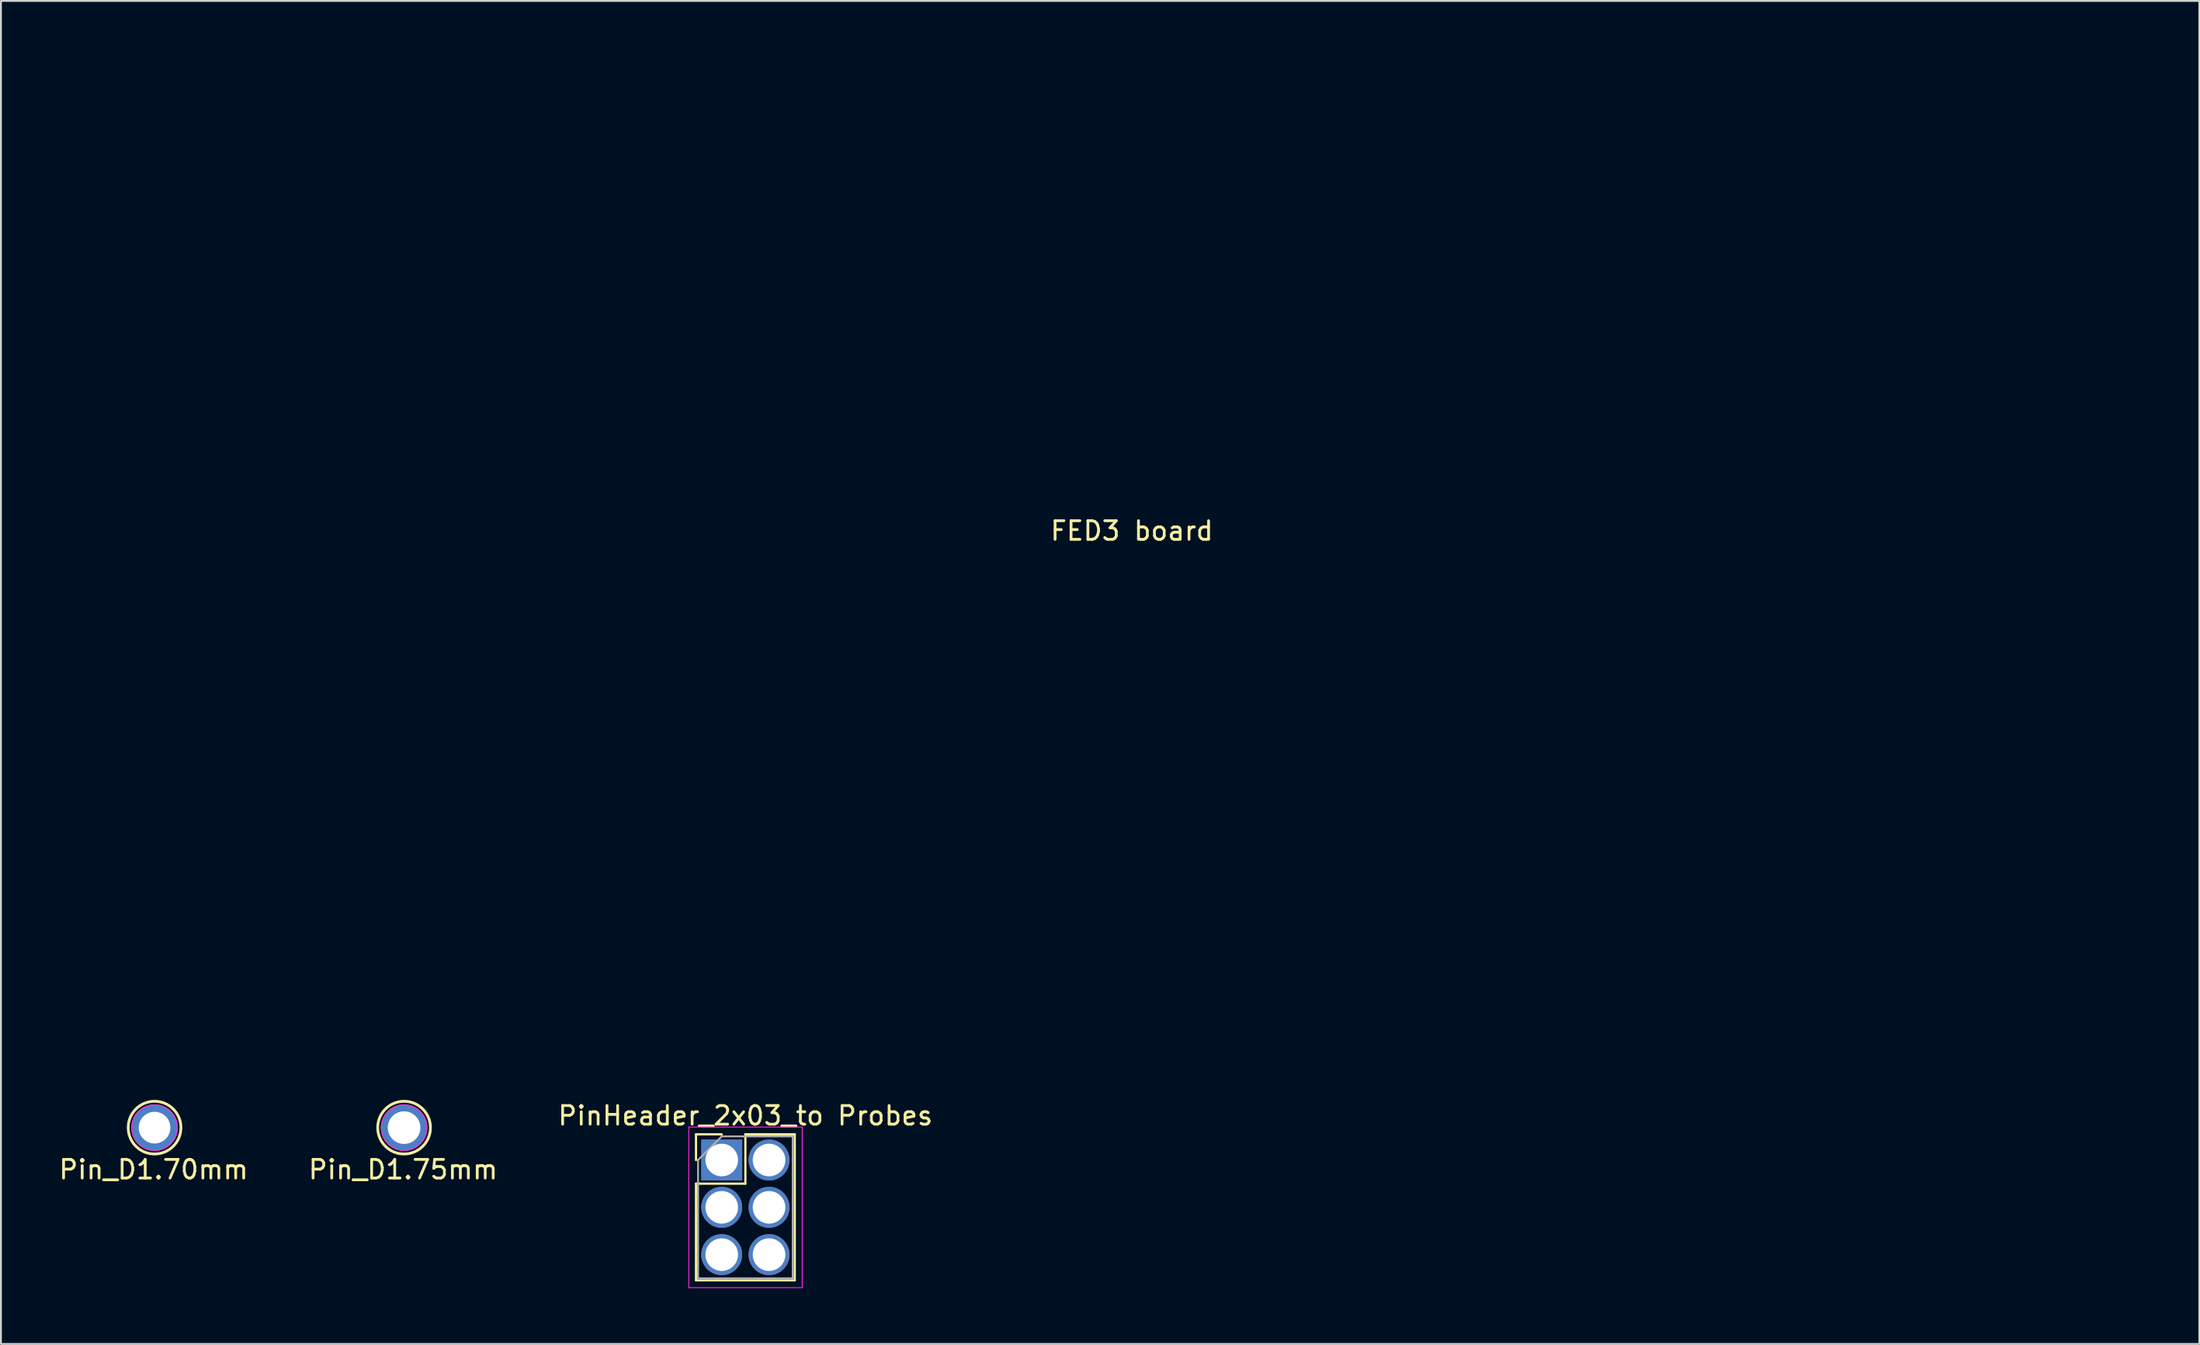
<source format=kicad_pcb>
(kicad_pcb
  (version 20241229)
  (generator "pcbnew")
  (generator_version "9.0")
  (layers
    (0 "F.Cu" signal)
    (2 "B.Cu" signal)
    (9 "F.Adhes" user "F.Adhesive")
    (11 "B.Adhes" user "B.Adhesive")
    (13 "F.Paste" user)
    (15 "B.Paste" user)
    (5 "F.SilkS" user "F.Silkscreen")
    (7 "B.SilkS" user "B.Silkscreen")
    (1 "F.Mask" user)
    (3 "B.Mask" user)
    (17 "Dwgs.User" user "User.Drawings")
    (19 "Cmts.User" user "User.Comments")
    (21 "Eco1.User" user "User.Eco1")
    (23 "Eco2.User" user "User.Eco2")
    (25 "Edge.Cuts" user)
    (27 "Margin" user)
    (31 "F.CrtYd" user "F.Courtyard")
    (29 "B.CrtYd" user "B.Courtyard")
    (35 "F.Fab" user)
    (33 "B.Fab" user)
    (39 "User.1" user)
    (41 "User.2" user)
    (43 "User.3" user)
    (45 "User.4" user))
  (footprint "Pin_D1.70mm"
    (layer "F.Cu")
    (at 5.246 57.49)
    (property "Reference" "Pin_D1.70mm" (at -0.05 2.25 0) (layer "F.SilkS") (effects (font (size 1 1) (thickness 0.15))))
    (attr through_hole)
    (fp_circle (center 0 0) (end -0.75 -1.2) (stroke (width 0.15) (type default)) (fill no) (layer "F.SilkS"))
    (fp_circle (center 0 0) (end -0.7 -1) (stroke (width 0.05) (type default)) (fill no) (layer "F.CrtYd"))
    (pad "1" thru_hole circle (at 0 0) (size 2.5 2.5) (drill 1.7) (layers "*.Cu" "*.Mask")))
  (footprint "FED3 board"
    (layer "F.Cu")
    (at 56.5 26.5)
    (property "Reference" "FED3 board" (at 1.2 -1.05 0) (unlocked yes) (layer "F.SilkS") (effects (font (size 1 1) (thickness 0.15))))
    (attr board_only exclude_from_pos_files exclude_from_bom)
    (fp_line (start -55.5 -25.5) (end 54.5 25.5) (stroke (width 0.3) (type solid)) (layer "User.4"))
    (fp_line (start -55.5 25.5) (end 54.5 -25.5) (stroke (width 0.3) (type solid)) (layer "User.4"))
    (fp_rect (start -55.5 -25.5) (end 54.5 25.5) (stroke (width 2) (type solid)) (fill no) (layer "User.4")))
  (footprint "PinHeader_2x03_to Probes"
    (layer "F.Cu")
    (at 35.688 59.228)
    (property "Reference" "PinHeader_2x03_to Probes" (at 1.27 -2.38 0) (layer "F.SilkS") (effects (font (size 1 1) (thickness 0.15))))
    (attr through_hole)
    (fp_line (start -1.38 -1.38) (end 0 -1.38) (stroke (width 0.12) (type solid)) (layer "F.SilkS"))
    (fp_line (start -1.38 0) (end -1.38 -1.38) (stroke (width 0.12) (type solid)) (layer "F.SilkS"))
    (fp_line (start -1.38 1.27) (end -1.38 6.46) (stroke (width 0.12) (type solid)) (layer "F.SilkS"))
    (fp_line (start -1.38 1.27) (end 1.27 1.27) (stroke (width 0.12) (type solid)) (layer "F.SilkS"))
    (fp_line (start -1.38 6.46) (end 3.92 6.46) (stroke (width 0.12) (type solid)) (layer "F.SilkS"))
    (fp_line (start 1.27 -1.38) (end 3.92 -1.38) (stroke (width 0.12) (type solid)) (layer "F.SilkS"))
    (fp_line (start 1.27 1.27) (end 1.27 -1.38) (stroke (width 0.12) (type solid)) (layer "F.SilkS"))
    (fp_line (start 3.92 -1.38) (end 3.92 6.46) (stroke (width 0.12) (type solid)) (layer "F.SilkS"))
    (fp_line (start -1.77 -1.77) (end -1.77 6.85) (stroke (width 0.05) (type solid)) (layer "F.CrtYd"))
    (fp_line (start -1.77 6.85) (end 4.32 6.85) (stroke (width 0.05) (type solid)) (layer "F.CrtYd"))
    (fp_line (start 4.32 -1.77) (end -1.77 -1.77) (stroke (width 0.05) (type solid)) (layer "F.CrtYd"))
    (fp_line (start 4.32 6.85) (end 4.32 -1.77) (stroke (width 0.05) (type solid)) (layer "F.CrtYd"))
    (fp_line (start -1.27 0) (end 0 -1.27) (stroke (width 0.1) (type solid)) (layer "F.Fab"))
    (fp_line (start -1.27 6.35) (end -1.27 0) (stroke (width 0.1) (type solid)) (layer "F.Fab"))
    (fp_line (start 0 -1.27) (end 3.81 -1.27) (stroke (width 0.1) (type solid)) (layer "F.Fab"))
    (fp_line (start 3.81 -1.27) (end 3.81 6.35) (stroke (width 0.1) (type solid)) (layer "F.Fab"))
    (fp_line (start 3.81 6.35) (end -1.27 6.35) (stroke (width 0.1) (type solid)) (layer "F.Fab"))
    (pad "1" thru_hole rect (at 0 0) (size 2.2 2.2) (drill 1.75) (layers "*.Cu" "*.Mask"))
    (pad "2" thru_hole circle (at 2.54 0) (size 2.2 2.2) (drill 1.75) (layers "*.Cu" "*.Mask"))
    (pad "3" thru_hole circle (at 0 2.54) (size 2.2 2.2) (drill 1.75) (layers "*.Cu" "*.Mask"))
    (pad "4" thru_hole circle (at 2.54 2.54) (size 2.2 2.2) (drill 1.75) (layers "*.Cu" "*.Mask"))
    (pad "5" thru_hole circle (at 0 5.08) (size 2.2 2.2) (drill 1.75) (layers "*.Cu" "*.Mask"))
    (pad "6" thru_hole circle (at 2.54 5.08) (size 2.2 2.2) (drill 1.75) (layers "*.Cu" "*.Mask")))
  (footprint "Pin_D1.75mm"
    (layer "F.Cu")
    (at 18.639 57.49)
    (property "Reference" "Pin_D1.75mm" (at -0.05 2.25 0) (layer "F.SilkS") (effects (font (size 1 1) (thickness 0.15))))
    (attr through_hole)
    (fp_circle (center 0 0) (end -0.75 -1.2) (stroke (width 0.15) (type default)) (fill no) (layer "F.SilkS"))
    (fp_circle (center 0 0) (end -0.7 -1) (stroke (width 0.05) (type default)) (fill no) (layer "F.CrtYd"))
    (pad "1" thru_hole circle (at 0 0) (size 2.5 2.5) (drill 1.75) (layers "*.Cu" "*.Mask")))
  (gr_rect
    (start -3 -3)
    (end 115 69.103)
    (stroke (width 0.1) (type default))
    (fill no)
    (layer "Edge.Cuts")))
</source>
